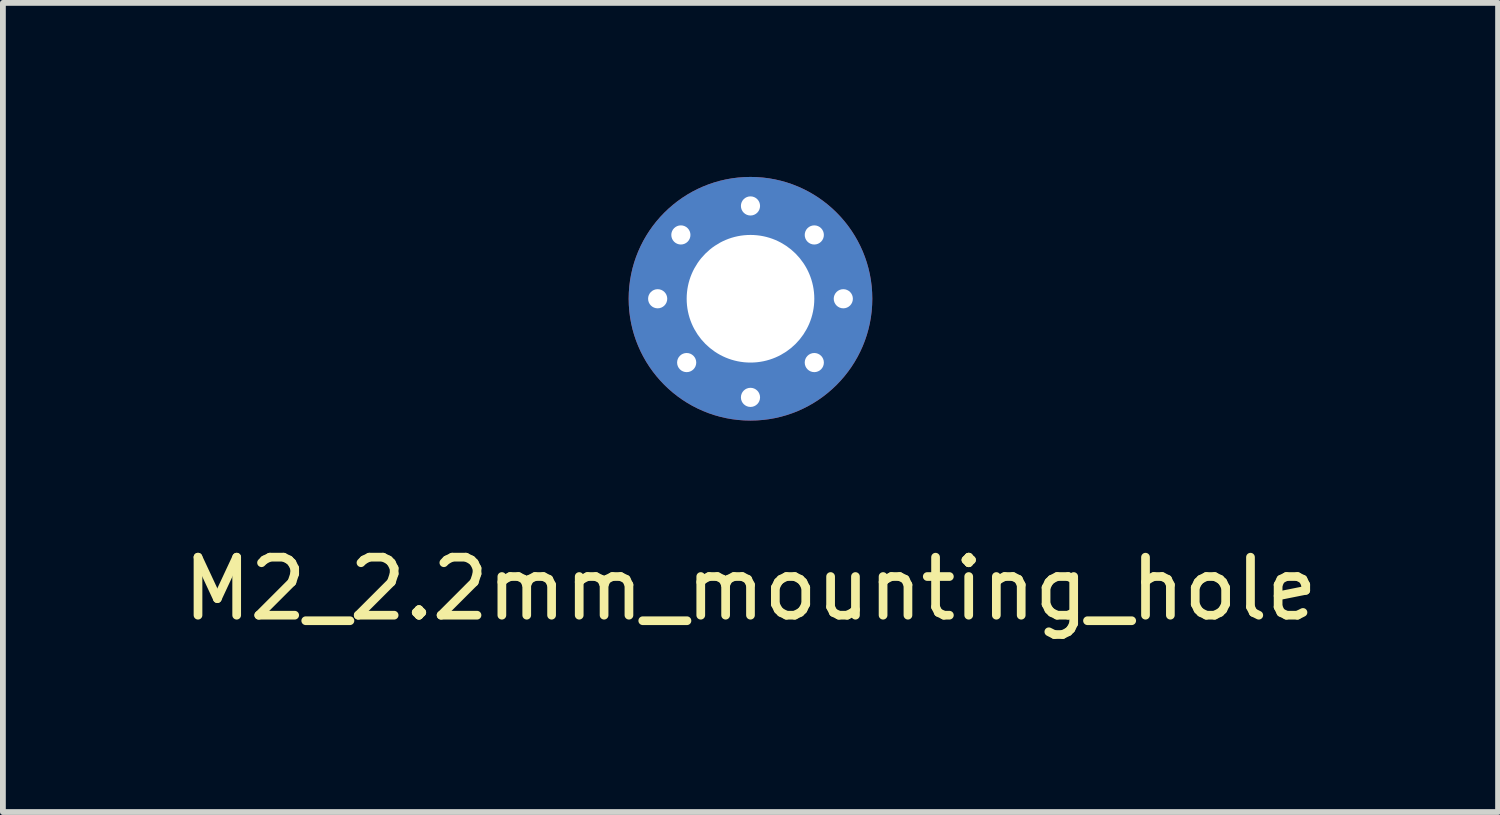
<source format=kicad_pcb>
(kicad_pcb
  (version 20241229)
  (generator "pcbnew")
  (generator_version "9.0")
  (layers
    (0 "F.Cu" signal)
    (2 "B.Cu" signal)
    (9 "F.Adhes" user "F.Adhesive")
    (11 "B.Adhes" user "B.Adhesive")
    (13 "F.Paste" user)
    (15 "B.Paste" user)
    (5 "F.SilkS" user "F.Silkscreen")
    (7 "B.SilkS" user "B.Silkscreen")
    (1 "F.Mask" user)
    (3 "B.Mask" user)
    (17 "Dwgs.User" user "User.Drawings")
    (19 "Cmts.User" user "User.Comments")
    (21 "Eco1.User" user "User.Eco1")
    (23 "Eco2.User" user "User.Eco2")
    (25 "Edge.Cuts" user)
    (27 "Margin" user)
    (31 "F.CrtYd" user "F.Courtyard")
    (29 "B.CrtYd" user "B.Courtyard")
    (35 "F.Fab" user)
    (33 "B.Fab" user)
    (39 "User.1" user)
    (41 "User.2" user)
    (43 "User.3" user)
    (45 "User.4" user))
  (footprint "M2_2.2mm_mounting_hole"
    (layer "F.Cu")
    (at 9.887 2.1)
    (property "Reference" "M2_2.2mm_mounting_hole" (at 0 5 0) (layer "F.SilkS") (effects (font (size 1 1) (thickness 0.15))))
    (attr through_hole)
    (pad "1" thru_hole circle (at -1.6 0) (size 0.635 0.635) (drill 0.33) (layers "*.Cu" "*.Mask"))
    (pad "1" thru_hole circle (at -1.2 -1.1) (size 0.635 0.635) (drill 0.33) (layers "*.Cu" "*.Mask"))
    (pad "1" thru_hole circle (at -1.1 1.1) (size 0.635 0.635) (drill 0.33) (layers "*.Cu" "*.Mask"))
    (pad "1" thru_hole circle (at 0 -1.6) (size 0.635 0.635) (drill 0.33) (layers "*.Cu" "*.Mask"))
    (pad "1" thru_hole circle (at 0 0) (size 4.2 4.2) (drill 2.2) (layers "*.Cu" "*.Mask"))
    (pad "1" thru_hole circle (at 0 1.7) (size 0.635 0.635) (drill 0.33) (layers "*.Cu" "*.Mask"))
    (pad "1" thru_hole circle (at 1.1 -1.1) (size 0.635 0.635) (drill 0.33) (layers "*.Cu" "*.Mask"))
    (pad "1" thru_hole circle (at 1.1 1.1) (size 0.635 0.635) (drill 0.33) (layers "*.Cu" "*.Mask"))
    (pad "1" thru_hole circle (at 1.6 0) (size 0.635 0.635) (drill 0.33) (layers "*.Cu" "*.Mask")))
  (gr_rect
    (start -3 -3)
    (end 22.774 10.948)
    (stroke (width 0.1) (type default))
    (fill no)
    (layer "Edge.Cuts")))
</source>
